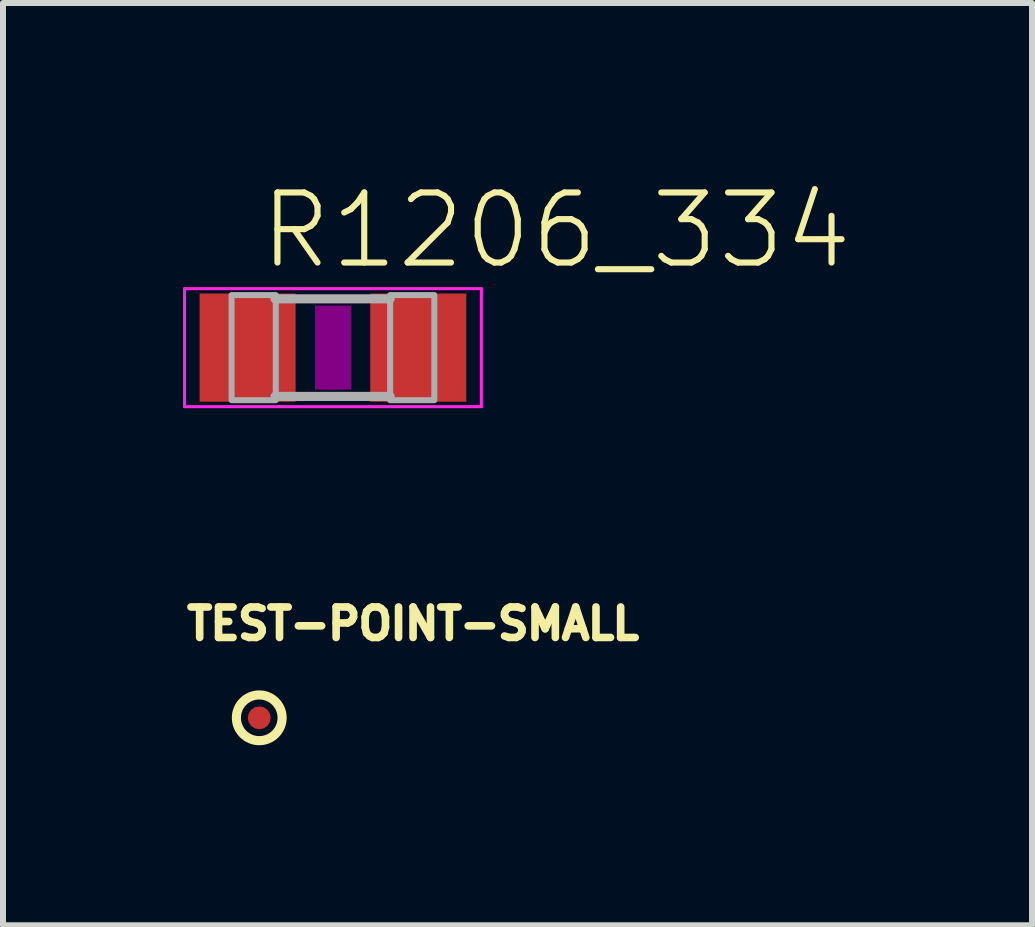
<source format=kicad_pcb>
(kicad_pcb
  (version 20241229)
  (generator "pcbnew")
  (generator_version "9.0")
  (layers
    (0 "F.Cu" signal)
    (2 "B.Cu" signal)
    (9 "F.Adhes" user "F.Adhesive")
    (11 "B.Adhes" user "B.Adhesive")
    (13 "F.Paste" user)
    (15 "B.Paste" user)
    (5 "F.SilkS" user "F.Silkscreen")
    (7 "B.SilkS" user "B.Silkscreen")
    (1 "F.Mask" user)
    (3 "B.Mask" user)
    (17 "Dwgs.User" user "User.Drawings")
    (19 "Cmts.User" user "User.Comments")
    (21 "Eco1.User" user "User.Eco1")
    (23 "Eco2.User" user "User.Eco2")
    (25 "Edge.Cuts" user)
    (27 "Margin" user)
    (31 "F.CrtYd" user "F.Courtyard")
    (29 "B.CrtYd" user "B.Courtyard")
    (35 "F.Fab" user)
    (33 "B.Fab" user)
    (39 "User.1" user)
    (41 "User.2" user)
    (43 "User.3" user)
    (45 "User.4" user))
  (footprint "R1206_334"
    (layer "F.Cu")
    (at 2.498 2.743)
    (property "Reference" "R1206_334" (at -1.27 -1.27 0) (unlocked yes) (layer "F.SilkS") (effects (font (size 1.168 1.168) (thickness 0.102)) (justify left bottom)))
    (fp_poly (pts (xy -0.3 0.7) (xy 0.3 0.7) (xy 0.3 -0.7) (xy -0.3 -0.7)) (stroke (width 0) (type default)) (fill yes) (layer "F.Adhes"))
    (fp_line (start -2.473 -0.983) (end 2.473 -0.983) (stroke (width 0.051) (type solid)) (layer "F.CrtYd"))
    (fp_line (start -2.473 0.983) (end -2.473 -0.983) (stroke (width 0.051) (type solid)) (layer "F.CrtYd"))
    (fp_line (start 2.473 -0.983) (end 2.473 0.983) (stroke (width 0.051) (type solid)) (layer "F.CrtYd"))
    (fp_line (start 2.473 0.983) (end -2.473 0.983) (stroke (width 0.051) (type solid)) (layer "F.CrtYd"))
    (fp_line (start 0.953 -0.813) (end -0.965 -0.813) (stroke (width 0.152) (type solid)) (layer "F.Fab"))
    (fp_line (start 0.953 0.813) (end -0.965 0.813) (stroke (width 0.152) (type solid)) (layer "F.Fab"))
    (fp_poly (pts (xy -1.689 0.876) (xy -0.953 0.876) (xy -0.953 -0.876) (xy -1.689 -0.876)) (stroke (width 0.1) (type default)) (fill no) (layer "F.Fab"))
    (fp_poly (pts (xy 0.953 0.876) (xy 1.689 0.876) (xy 1.689 -0.876) (xy 0.953 -0.876)) (stroke (width 0.1) (type default)) (fill no) (layer "F.Fab"))
    (pad "1" smd rect (at -1.422 0) (size 1.6 1.803) (layers "F.Cu" "F.Mask" "F.Paste"))
    (pad "2" smd rect (at 1.422 0) (size 1.6 1.803) (layers "F.Cu" "F.Mask" "F.Paste")))
  (footprint "TEST-POINT-SMALL"
    (layer "F.Cu")
    (at 1.27 8.911)
    (property "Reference" "TEST-POINT-SMALL" (at -1.27 -1.27 0) (unlocked yes) (layer "F.SilkS") (effects (font (size 0.508 0.508) (thickness 0.127)) (justify left bottom)))
    (fp_circle (center 0 0) (end 0.381 0) (stroke (width 0.152) (type solid)) (fill no) (layer "F.SilkS"))
    (pad "TP" smd roundrect (at 0 0) (size 0.381 0.381) (layers "F.Cu" "F.Mask") (roundrect_rratio 0.5)))
  (gr_rect
    (start -3 -3)
    (end 14.147 12.368)
    (stroke (width 0.1) (type default))
    (fill no)
    (layer "Edge.Cuts")))
</source>
